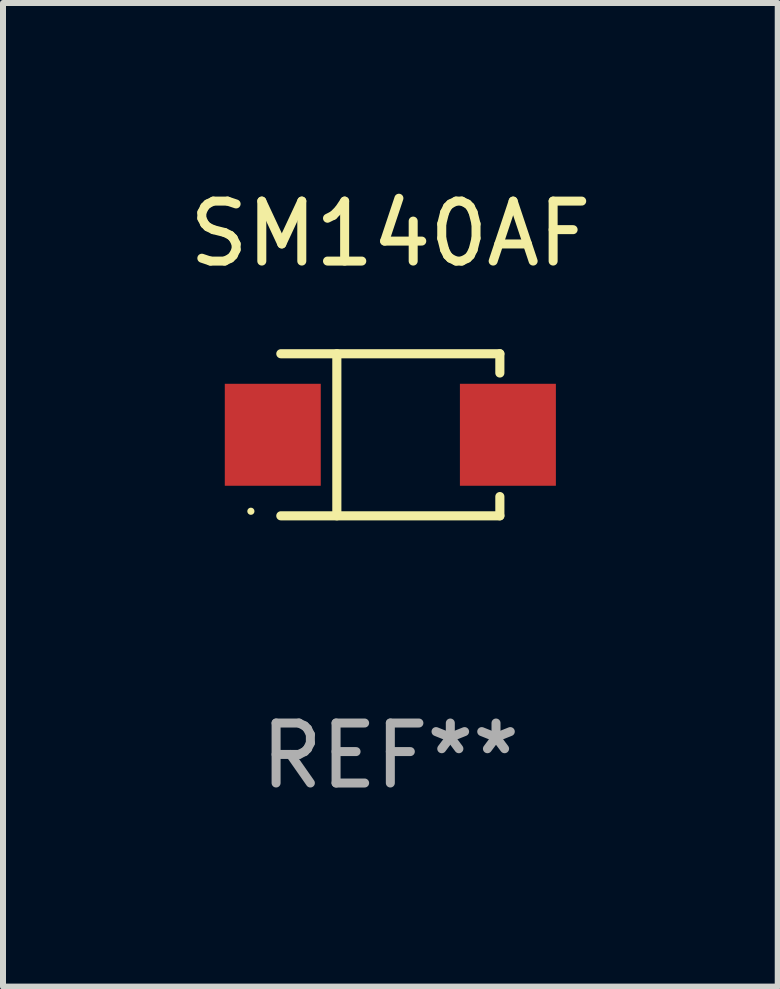
<source format=kicad_pcb>
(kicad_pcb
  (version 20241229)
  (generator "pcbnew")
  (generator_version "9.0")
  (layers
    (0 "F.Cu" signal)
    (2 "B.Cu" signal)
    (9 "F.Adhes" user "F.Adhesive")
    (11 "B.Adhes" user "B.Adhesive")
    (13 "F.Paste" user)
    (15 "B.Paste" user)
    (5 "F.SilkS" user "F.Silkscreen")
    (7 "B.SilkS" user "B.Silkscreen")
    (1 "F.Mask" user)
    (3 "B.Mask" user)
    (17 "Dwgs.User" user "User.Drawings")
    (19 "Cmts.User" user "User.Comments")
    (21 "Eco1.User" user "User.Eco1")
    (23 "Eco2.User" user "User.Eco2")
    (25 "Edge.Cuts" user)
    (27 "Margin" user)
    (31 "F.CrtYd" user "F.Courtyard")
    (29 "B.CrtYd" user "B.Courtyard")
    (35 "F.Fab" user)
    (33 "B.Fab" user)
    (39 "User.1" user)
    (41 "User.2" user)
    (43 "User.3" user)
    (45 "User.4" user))
  (footprint "SM140AF"
    (layer "F.Cu")
    (at 3.458 4.199)
    (property "Reference" "SM140AF" (at 0 -3.351 0) (layer "F.SilkS") (effects (font (size 1 1) (thickness 0.15))))
    (attr through_hole)
    (fp_line (start -1.826 -1.351) (end 1.826 -1.351) (stroke (width 0.152) (type solid)) (layer "F.SilkS"))
    (fp_line (start -1.826 1.351) (end 1.826 1.351) (stroke (width 0.152) (type solid)) (layer "F.SilkS"))
    (fp_line (start -0.892 -1.351) (end -0.892 1.351) (stroke (width 0.152) (type solid)) (layer "F.SilkS"))
    (fp_line (start 1.826 -1.351) (end 1.826 -1.03) (stroke (width 0.152) (type solid)) (layer "F.SilkS"))
    (fp_line (start 1.826 1.03) (end 1.826 1.351) (stroke (width 0.152) (type solid)) (layer "F.SilkS"))
    (fp_circle (center -2.325 1.275) (end -2.295 1.275) (stroke (width 0.06) (type solid)) (fill no) (layer "F.SilkS"))
    (fp_text user "REF**" (at 0 5.351 0) (layer "F.Fab") (effects (font (size 1 1) (thickness 0.15))))
    (pad "1" smd rect (at -1.96 0 180) (size 1.6 1.7) (layers "F.Cu" "F.Mask" "F.Paste"))
    (pad "2" smd rect (at 1.96 0 180) (size 1.6 1.7) (layers "F.Cu" "F.Mask" "F.Paste")))
  (gr_rect
    (start -3 -3)
    (end 9.917 13.399)
    (stroke (width 0.1) (type default))
    (fill no)
    (layer "Edge.Cuts")))
</source>
